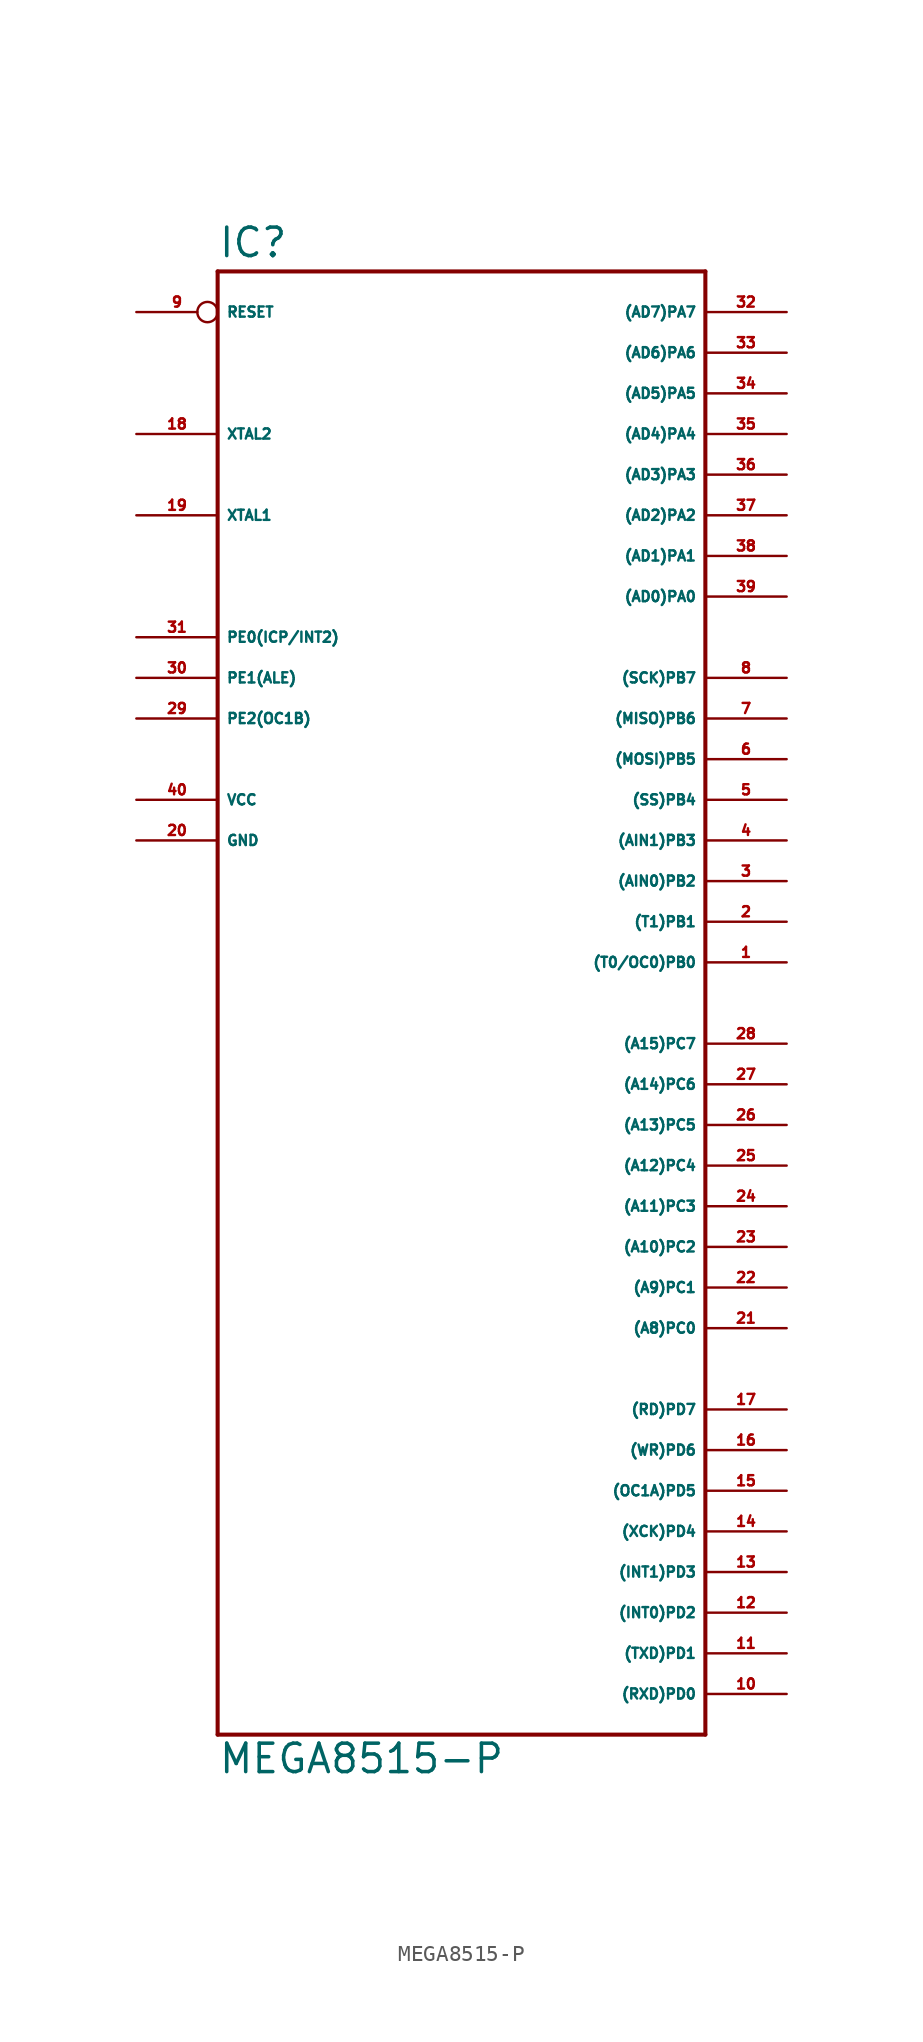
<source format=kicad_sym>
(kicad_symbol_lib
  (version 20220914)
  (generator Eagle2Kicad)
  (symbol "MEGA8515-P"
    (property "Reference" "IC"
      (at -15.24 46.482 0)
      (effects (font (size 1.778 1.778) (thickness 0.22)) (justify left bottom)))
    (property "Value" "MEGA8515-P"
      (at -15.24 -48.26 0)
      (effects (font (size 1.778 1.778) (thickness 0.22)) (justify left bottom)))
    (polyline
      (pts (xy -15.24 45.72) (xy 15.24 45.72))
      (stroke (width 0.254) (type default))
      (fill (type none)))
    (polyline
      (pts (xy 15.24 45.72) (xy 15.24 -45.72))
      (stroke (width 0.254) (type default))
      (fill (type none)))
    (polyline
      (pts (xy 15.24 -45.72) (xy -15.24 -45.72))
      (stroke (width 0.254) (type default))
      (fill (type none)))
    (polyline
      (pts (xy -15.24 -45.72) (xy -15.24 45.72))
      (stroke (width 0.254) (type default))
      (fill (type none)))
    (pin bidirectional line
      (at 20.32 43.18 180)
      (length 5.08)
      (name "(AD7)PA7" (effects (font (size 0.635 0.635) (thickness 0.08)) (justify left bottom)))
      (number "32" (effects (font (size 0.635 0.635) (thickness 0.08)) (justify left bottom))))
    (pin bidirectional line
      (at 20.32 40.64 180)
      (length 5.08)
      (name "(AD6)PA6" (effects (font (size 0.635 0.635) (thickness 0.08)) (justify left bottom)))
      (number "33" (effects (font (size 0.635 0.635) (thickness 0.08)) (justify left bottom))))
    (pin bidirectional line
      (at 20.32 38.1 180)
      (length 5.08)
      (name "(AD5)PA5" (effects (font (size 0.635 0.635) (thickness 0.08)) (justify left bottom)))
      (number "34" (effects (font (size 0.635 0.635) (thickness 0.08)) (justify left bottom))))
    (pin bidirectional line
      (at 20.32 35.56 180)
      (length 5.08)
      (name "(AD4)PA4" (effects (font (size 0.635 0.635) (thickness 0.08)) (justify left bottom)))
      (number "35" (effects (font (size 0.635 0.635) (thickness 0.08)) (justify left bottom))))
    (pin bidirectional line
      (at 20.32 33.02 180)
      (length 5.08)
      (name "(AD3)PA3" (effects (font (size 0.635 0.635) (thickness 0.08)) (justify left bottom)))
      (number "36" (effects (font (size 0.635 0.635) (thickness 0.08)) (justify left bottom))))
    (pin bidirectional line
      (at 20.32 30.48 180)
      (length 5.08)
      (name "(AD2)PA2" (effects (font (size 0.635 0.635) (thickness 0.08)) (justify left bottom)))
      (number "37" (effects (font (size 0.635 0.635) (thickness 0.08)) (justify left bottom))))
    (pin bidirectional line
      (at 20.32 27.94 180)
      (length 5.08)
      (name "(AD1)PA1" (effects (font (size 0.635 0.635) (thickness 0.08)) (justify left bottom)))
      (number "38" (effects (font (size 0.635 0.635) (thickness 0.08)) (justify left bottom))))
    (pin bidirectional line
      (at 20.32 25.4 180)
      (length 5.08)
      (name "(AD0)PA0" (effects (font (size 0.635 0.635) (thickness 0.08)) (justify left bottom)))
      (number "39" (effects (font (size 0.635 0.635) (thickness 0.08)) (justify left bottom))))
    (pin bidirectional line
      (at 20.32 20.32 180)
      (length 5.08)
      (name "(SCK)PB7" (effects (font (size 0.635 0.635) (thickness 0.08)) (justify left bottom)))
      (number "8" (effects (font (size 0.635 0.635) (thickness 0.08)) (justify left bottom))))
    (pin bidirectional line
      (at 20.32 17.78 180)
      (length 5.08)
      (name "(MISO)PB6" (effects (font (size 0.635 0.635) (thickness 0.08)) (justify left bottom)))
      (number "7" (effects (font (size 0.635 0.635) (thickness 0.08)) (justify left bottom))))
    (pin bidirectional line
      (at 20.32 15.24 180)
      (length 5.08)
      (name "(MOSI)PB5" (effects (font (size 0.635 0.635) (thickness 0.08)) (justify left bottom)))
      (number "6" (effects (font (size 0.635 0.635) (thickness 0.08)) (justify left bottom))))
    (pin bidirectional line
      (at 20.32 12.7 180)
      (length 5.08)
      (name "(SS)PB4" (effects (font (size 0.635 0.635) (thickness 0.08)) (justify left bottom)))
      (number "5" (effects (font (size 0.635 0.635) (thickness 0.08)) (justify left bottom))))
    (pin bidirectional line
      (at 20.32 10.16 180)
      (length 5.08)
      (name "(AIN1)PB3" (effects (font (size 0.635 0.635) (thickness 0.08)) (justify left bottom)))
      (number "4" (effects (font (size 0.635 0.635) (thickness 0.08)) (justify left bottom))))
    (pin bidirectional line
      (at 20.32 7.62 180)
      (length 5.08)
      (name "(AIN0)PB2" (effects (font (size 0.635 0.635) (thickness 0.08)) (justify left bottom)))
      (number "3" (effects (font (size 0.635 0.635) (thickness 0.08)) (justify left bottom))))
    (pin bidirectional line
      (at 20.32 5.08 180)
      (length 5.08)
      (name "(T1)PB1" (effects (font (size 0.635 0.635) (thickness 0.08)) (justify left bottom)))
      (number "2" (effects (font (size 0.635 0.635) (thickness 0.08)) (justify left bottom))))
    (pin bidirectional line
      (at 20.32 2.54 180)
      (length 5.08)
      (name "(T0/OC0)PB0" (effects (font (size 0.635 0.635) (thickness 0.08)) (justify left bottom)))
      (number "1" (effects (font (size 0.635 0.635) (thickness 0.08)) (justify left bottom))))
    (pin bidirectional line
      (at 20.32 -2.54 180)
      (length 5.08)
      (name "(A15)PC7" (effects (font (size 0.635 0.635) (thickness 0.08)) (justify left bottom)))
      (number "28" (effects (font (size 0.635 0.635) (thickness 0.08)) (justify left bottom))))
    (pin bidirectional line
      (at 20.32 -5.08 180)
      (length 5.08)
      (name "(A14)PC6" (effects (font (size 0.635 0.635) (thickness 0.08)) (justify left bottom)))
      (number "27" (effects (font (size 0.635 0.635) (thickness 0.08)) (justify left bottom))))
    (pin bidirectional line
      (at 20.32 -7.62 180)
      (length 5.08)
      (name "(A13)PC5" (effects (font (size 0.635 0.635) (thickness 0.08)) (justify left bottom)))
      (number "26" (effects (font (size 0.635 0.635) (thickness 0.08)) (justify left bottom))))
    (pin bidirectional line
      (at 20.32 -10.16 180)
      (length 5.08)
      (name "(A12)PC4" (effects (font (size 0.635 0.635) (thickness 0.08)) (justify left bottom)))
      (number "25" (effects (font (size 0.635 0.635) (thickness 0.08)) (justify left bottom))))
    (pin bidirectional line
      (at 20.32 -12.7 180)
      (length 5.08)
      (name "(A11)PC3" (effects (font (size 0.635 0.635) (thickness 0.08)) (justify left bottom)))
      (number "24" (effects (font (size 0.635 0.635) (thickness 0.08)) (justify left bottom))))
    (pin bidirectional line
      (at 20.32 -15.24 180)
      (length 5.08)
      (name "(A10)PC2" (effects (font (size 0.635 0.635) (thickness 0.08)) (justify left bottom)))
      (number "23" (effects (font (size 0.635 0.635) (thickness 0.08)) (justify left bottom))))
    (pin bidirectional line
      (at 20.32 -17.78 180)
      (length 5.08)
      (name "(A9)PC1" (effects (font (size 0.635 0.635) (thickness 0.08)) (justify left bottom)))
      (number "22" (effects (font (size 0.635 0.635) (thickness 0.08)) (justify left bottom))))
    (pin bidirectional line
      (at 20.32 -20.32 180)
      (length 5.08)
      (name "(A8)PC0" (effects (font (size 0.635 0.635) (thickness 0.08)) (justify left bottom)))
      (number "21" (effects (font (size 0.635 0.635) (thickness 0.08)) (justify left bottom))))
    (pin bidirectional line
      (at -20.32 17.78 0)
      (length 5.08)
      (name "PE2(OC1B)" (effects (font (size 0.635 0.635) (thickness 0.08)) (justify left bottom)))
      (number "29" (effects (font (size 0.635 0.635) (thickness 0.08)) (justify left bottom))))
    (pin bidirectional line
      (at -20.32 20.32 0)
      (length 5.08)
      (name "PE1(ALE)" (effects (font (size 0.635 0.635) (thickness 0.08)) (justify left bottom)))
      (number "30" (effects (font (size 0.635 0.635) (thickness 0.08)) (justify left bottom))))
    (pin bidirectional line
      (at -20.32 22.86 0)
      (length 5.08)
      (name "PE0(ICP/INT2)" (effects (font (size 0.635 0.635) (thickness 0.08)) (justify left bottom)))
      (number "31" (effects (font (size 0.635 0.635) (thickness 0.08)) (justify left bottom))))
    (pin bidirectional line
      (at -20.32 30.48 0)
      (length 5.08)
      (name "XTAL1" (effects (font (size 0.635 0.635) (thickness 0.08)) (justify left bottom)))
      (number "19" (effects (font (size 0.635 0.635) (thickness 0.08)) (justify left bottom))))
    (pin bidirectional line
      (at -20.32 35.56 0)
      (length 5.08)
      (name "XTAL2" (effects (font (size 0.635 0.635) (thickness 0.08)) (justify left bottom)))
      (number "18" (effects (font (size 0.635 0.635) (thickness 0.08)) (justify left bottom))))
    (pin unspecified line
      (at -20.32 12.7 0)
      (length 5.08)
      (name "VCC" (effects (font (size 0.635 0.635) (thickness 0.08)) (justify left bottom)))
      (number "40" (effects (font (size 0.635 0.635) (thickness 0.08)) (justify left bottom))))
    (pin unspecified line
      (at -20.32 10.16 0)
      (length 5.08)
      (name "GND" (effects (font (size 0.635 0.635) (thickness 0.08)) (justify left bottom)))
      (number "20" (effects (font (size 0.635 0.635) (thickness 0.08)) (justify left bottom))))
    (pin input inverted
      (at -20.32 43.18 0)
      (length 5.08)
      (name "RESET" (effects (font (size 0.635 0.635) (thickness 0.08)) (justify left bottom)))
      (number "9" (effects (font (size 0.635 0.635) (thickness 0.08)) (justify left bottom))))
    (pin bidirectional line
      (at 20.32 -43.18 180)
      (length 5.08)
      (name "(RXD)PD0" (effects (font (size 0.635 0.635) (thickness 0.08)) (justify left bottom)))
      (number "10" (effects (font (size 0.635 0.635) (thickness 0.08)) (justify left bottom))))
    (pin bidirectional line
      (at 20.32 -40.64 180)
      (length 5.08)
      (name "(TXD)PD1" (effects (font (size 0.635 0.635) (thickness 0.08)) (justify left bottom)))
      (number "11" (effects (font (size 0.635 0.635) (thickness 0.08)) (justify left bottom))))
    (pin bidirectional line
      (at 20.32 -38.1 180)
      (length 5.08)
      (name "(INT0)PD2" (effects (font (size 0.635 0.635) (thickness 0.08)) (justify left bottom)))
      (number "12" (effects (font (size 0.635 0.635) (thickness 0.08)) (justify left bottom))))
    (pin bidirectional line
      (at 20.32 -35.56 180)
      (length 5.08)
      (name "(INT1)PD3" (effects (font (size 0.635 0.635) (thickness 0.08)) (justify left bottom)))
      (number "13" (effects (font (size 0.635 0.635) (thickness 0.08)) (justify left bottom))))
    (pin bidirectional line
      (at 20.32 -33.02 180)
      (length 5.08)
      (name "(XCK)PD4" (effects (font (size 0.635 0.635) (thickness 0.08)) (justify left bottom)))
      (number "14" (effects (font (size 0.635 0.635) (thickness 0.08)) (justify left bottom))))
    (pin bidirectional line
      (at 20.32 -30.48 180)
      (length 5.08)
      (name "(OC1A)PD5" (effects (font (size 0.635 0.635) (thickness 0.08)) (justify left bottom)))
      (number "15" (effects (font (size 0.635 0.635) (thickness 0.08)) (justify left bottom))))
    (pin bidirectional line
      (at 20.32 -27.94 180)
      (length 5.08)
      (name "(WR)PD6" (effects (font (size 0.635 0.635) (thickness 0.08)) (justify left bottom)))
      (number "16" (effects (font (size 0.635 0.635) (thickness 0.08)) (justify left bottom))))
    (pin bidirectional line
      (at 20.32 -25.4 180)
      (length 5.08)
      (name "(RD)PD7" (effects (font (size 0.635 0.635) (thickness 0.08)) (justify left bottom)))
      (number "17" (effects (font (size 0.635 0.635) (thickness 0.08)) (justify left bottom))))))
</source>
